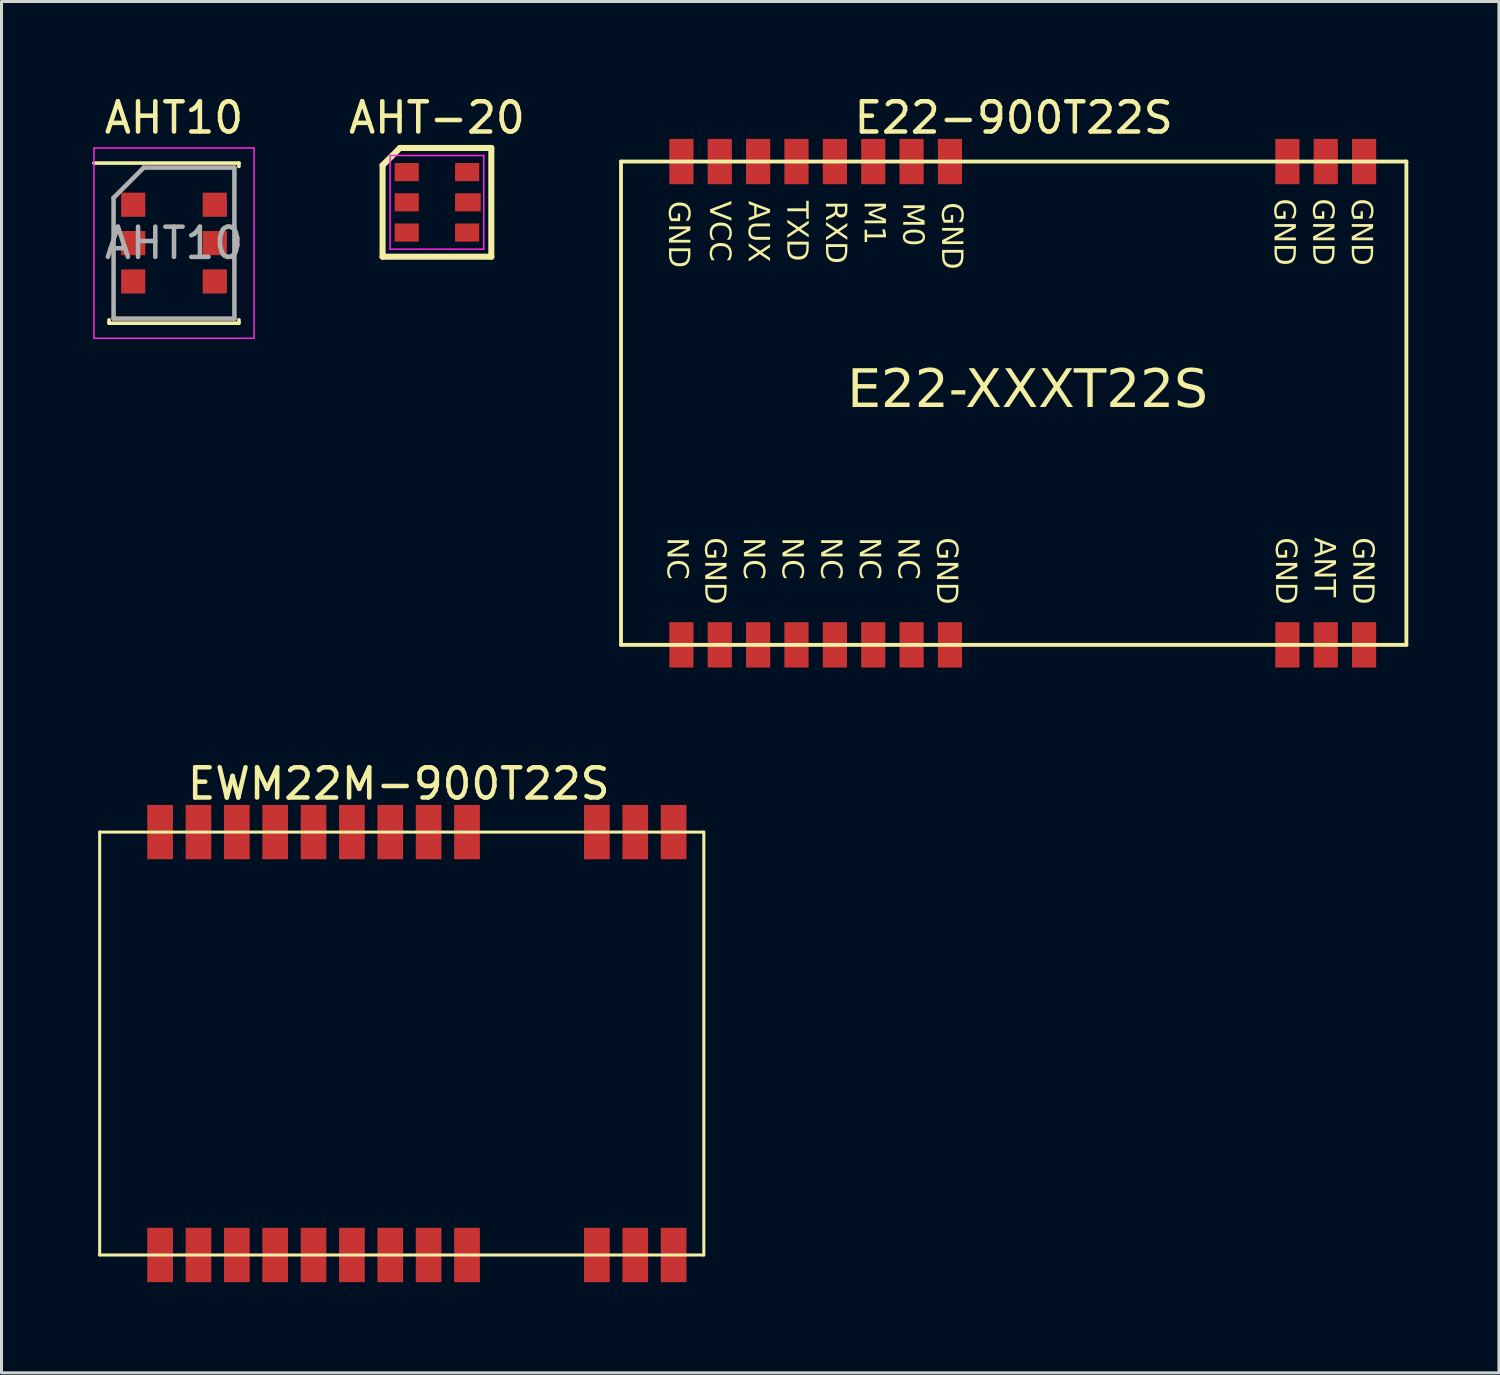
<source format=kicad_pcb>
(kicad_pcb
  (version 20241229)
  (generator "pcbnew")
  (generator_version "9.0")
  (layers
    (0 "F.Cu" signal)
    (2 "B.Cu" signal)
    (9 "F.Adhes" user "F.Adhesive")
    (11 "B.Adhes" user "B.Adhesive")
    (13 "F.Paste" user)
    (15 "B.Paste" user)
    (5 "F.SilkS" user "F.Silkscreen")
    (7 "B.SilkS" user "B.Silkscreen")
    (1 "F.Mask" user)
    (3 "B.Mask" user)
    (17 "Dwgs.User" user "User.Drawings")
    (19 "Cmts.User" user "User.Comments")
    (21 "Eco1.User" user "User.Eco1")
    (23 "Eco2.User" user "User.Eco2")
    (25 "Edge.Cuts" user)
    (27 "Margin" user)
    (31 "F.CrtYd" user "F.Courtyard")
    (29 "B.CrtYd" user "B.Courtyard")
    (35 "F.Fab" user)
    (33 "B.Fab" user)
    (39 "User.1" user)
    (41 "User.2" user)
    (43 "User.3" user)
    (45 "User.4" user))
  (footprint "AHT-20"
    (layer "F.Cu")
    (at 11.415 3.648)
    (property "Reference" "AHT-20" (at 0 -2.8 0) (layer "F.SilkS") (effects (font (size 1 1) (thickness 0.15))))
    (attr smd)
    (fp_line (start -1.8 -1.225) (end -1.225 -1.8) (stroke (width 0.2) (type solid)) (layer "F.SilkS"))
    (fp_line (start -1.8 1.8) (end -1.8 -1.225) (stroke (width 0.2) (type solid)) (layer "F.SilkS"))
    (fp_line (start -1.225 -1.8) (end 1.8 -1.8) (stroke (width 0.2) (type solid)) (layer "F.SilkS"))
    (fp_line (start 1.8 -1.8) (end 1.8 1.8) (stroke (width 0.2) (type solid)) (layer "F.SilkS"))
    (fp_line (start 1.8 1.8) (end -1.8 1.8) (stroke (width 0.2) (type solid)) (layer "F.SilkS"))
    (fp_line (start -1.55 -1.55) (end 1.55 -1.55) (stroke (width 0.05) (type default)) (layer "F.CrtYd"))
    (fp_line (start -1.55 1.55) (end -1.55 -1.55) (stroke (width 0.05) (type default)) (layer "F.CrtYd"))
    (fp_line (start 1.55 -1.55) (end 1.55 1.55) (stroke (width 0.05) (type default)) (layer "F.CrtYd"))
    (fp_line (start 1.55 1.55) (end -1.55 1.55) (stroke (width 0.05) (type default)) (layer "F.CrtYd"))
    (pad "1" smd rect (at -1 -1 270) (size 0.6 0.8) (layers "F.Cu" "F.Mask" "F.Paste"))
    (pad "2" smd rect (at -1 0 270) (size 0.6 0.8) (layers "F.Cu" "F.Mask" "F.Paste"))
    (pad "3" smd rect (at -1 1 270) (size 0.6 0.8) (layers "F.Cu" "F.Mask" "F.Paste"))
    (pad "4" smd rect (at 1 1 270) (size 0.6 0.8) (layers "F.Cu" "F.Mask" "F.Paste"))
    (pad "5" smd rect (at 1.025 0 270) (size 0.6 0.85) (layers "F.Cu" "F.Mask" "F.Paste"))
    (pad "6" smd rect (at 1 -1 270) (size 0.6 0.8) (layers "F.Cu" "F.Mask" "F.Paste")))
  (footprint "AHT10"
    (layer "F.Cu")
    (at 2.71 4.998)
    (property "Reference" "AHT10" (at 0 -4.15 0) (layer "F.SilkS") (effects (font (size 1 1) (thickness 0.15))))
    (attr smd)
    (fp_line (start -2.65 -2.65) (end 2.15 -2.65) (stroke (width 0.12) (type default)) (layer "F.SilkS"))
    (fp_line (start -2.15 2.54) (end -2.15 2.65) (stroke (width 0.12) (type default)) (layer "F.SilkS"))
    (fp_line (start -2.15 2.65) (end 2.15 2.65) (stroke (width 0.12) (type default)) (layer "F.SilkS"))
    (fp_line (start 2.15 -2.65) (end 2.15 -2.54) (stroke (width 0.12) (type default)) (layer "F.SilkS"))
    (fp_line (start 2.15 2.65) (end 2.15 2.54) (stroke (width 0.12) (type default)) (layer "F.SilkS"))
    (fp_line (start -2.65 -3.15) (end 2.65 -3.15) (stroke (width 0.05) (type default)) (layer "F.CrtYd"))
    (fp_line (start -2.65 3.15) (end -2.65 -3.15) (stroke (width 0.05) (type default)) (layer "F.CrtYd"))
    (fp_line (start 2.65 -3.15) (end 2.65 3.15) (stroke (width 0.05) (type default)) (layer "F.CrtYd"))
    (fp_line (start 2.65 3.15) (end -2.65 3.15) (stroke (width 0.05) (type default)) (layer "F.CrtYd"))
    (fp_line (start -2 -1.5) (end -2 2.5) (stroke (width 0.15) (type default)) (layer "F.Fab"))
    (fp_line (start -2 2.5) (end 2 2.5) (stroke (width 0.15) (type default)) (layer "F.Fab"))
    (fp_line (start -1 -2.5) (end -2 -1.5) (stroke (width 0.15) (type default)) (layer "F.Fab"))
    (fp_line (start 2 -2.5) (end -1 -2.5) (stroke (width 0.15) (type default)) (layer "F.Fab"))
    (fp_line (start 2 2.5) (end 2 -2.5) (stroke (width 0.15) (type default)) (layer "F.Fab"))
    (fp_text user "${REFERENCE}" (at 0 0 0) (layer "F.Fab") (effects (font (size 1 1) (thickness 0.15))))
    (pad "1" smd rect (at -1.35 -1.27 90) (size 0.8 0.8) (layers "F.Cu" "F.Mask" "F.Paste"))
    (pad "2" smd rect (at -1.35 0 90) (size 0.8 0.8) (layers "F.Cu" "F.Mask" "F.Paste"))
    (pad "3" smd rect (at -1.35 1.27 90) (size 0.8 0.8) (layers "F.Cu" "F.Mask" "F.Paste"))
    (pad "4" smd rect (at 1.35 1.27 90) (size 0.8 0.8) (layers "F.Cu" "F.Mask" "F.Paste"))
    (pad "5" smd rect (at 1.35 0 90) (size 0.8 0.8) (layers "F.Cu" "F.Mask" "F.Paste"))
    (pad "6" smd rect (at 1.35 -1.27 90) (size 0.8 0.8) (layers "F.Cu" "F.Mask" "F.Paste")))
  (footprint "E22-900T22S"
    (layer "F.Cu")
    (at 42.108 2.298)
    (property "Reference" "E22-900T22S" (at -11.6 -1.45 0) (layer "F.SilkS") (effects (font (size 1 1) (thickness 0.15))))
    (fp_line (start -24.6 0) (end 1.4 0) (stroke (width 0.127) (type solid)) (layer "F.SilkS"))
    (fp_line (start -24.6 16) (end -24.6 0) (stroke (width 0.127) (type solid)) (layer "F.SilkS"))
    (fp_line (start -24.6 16) (end 1.4 16) (stroke (width 0.127) (type solid)) (layer "F.SilkS"))
    (fp_line (start 1.4 16) (end 1.4 0) (stroke (width 0.127) (type solid)) (layer "F.SilkS"))
    (fp_text user "NC" (at -15.534 12.441 270) (unlocked yes) (layer "F.SilkS") (effects (font (face "Arial") (size 0.693 0.693) (thickness 0.15)) (justify left bottom)))
    (fp_text user "GND" (at -3.033 12.441 270) (unlocked yes) (layer "F.SilkS") (effects (font (face "Arial") (size 0.693 0.693) (thickness 0.15)) (justify left bottom)))
    (fp_text user "NC" (at -19.371 12.441 270) (unlocked yes) (layer "F.SilkS") (effects (font (face "Arial") (size 0.693 0.693) (thickness 0.15)) (justify left bottom)))
    (fp_text user "M1" (at -16.653 1.301 270) (unlocked yes) (layer "F.SilkS") (effects (font (face "Arial") (size 0.693 0.693) (thickness 0.15)) (justify left bottom)))
    (fp_text user "GND" (at -3.083 1.224 270) (unlocked yes) (layer "F.SilkS") (effects (font (face "Arial") (size 0.693 0.693) (thickness 0.15)) (justify left bottom)))
    (fp_text user "NC" (at -23.178 12.441 270) (unlocked yes) (layer "F.SilkS") (effects (font (face "Arial") (size 0.693 0.693) (thickness 0.15)) (justify left bottom)))
    (fp_text user "RXD" (at -17.932 1.301 270) (unlocked yes) (layer "F.SilkS") (effects (font (face "Arial") (size 0.693 0.693) (thickness 0.15)) (justify left bottom)))
    (fp_text user "NC" (at -18.092 12.441 270) (unlocked yes) (layer "F.SilkS") (effects (font (face "Arial") (size 0.693 0.693) (thickness 0.15)) (justify left bottom)))
    (fp_text user "GND" (at -23.128 1.301 270) (unlocked yes) (layer "F.SilkS") (effects (font (face "Arial") (size 0.693 0.693) (thickness 0.15)) (justify left bottom)))
    (fp_text user "GND" (at -1.804 1.224 270) (unlocked yes) (layer "F.SilkS") (effects (font (face "Arial") (size 0.693 0.693) (thickness 0.15)) (justify left bottom)))
    (fp_text user "E22-XXXT22S" (at -17.107 8.34 0) (unlocked yes) (layer "F.SilkS") (effects (font (face "Arial") (size 1.26 1.26) (thickness 0.15)) (justify left bottom)))
    (fp_text user "GND" (at -21.929 12.441 270) (unlocked yes) (layer "F.SilkS") (effects (font (face "Arial") (size 0.693 0.693) (thickness 0.15)) (justify left bottom)))
    (fp_text user "GND" (at -14.256 12.441 270) (unlocked yes) (layer "F.SilkS") (effects (font (face "Arial") (size 0.693 0.693) (thickness 0.15)) (justify left bottom)))
    (fp_text user "NC" (at -16.813 12.441 270) (unlocked yes) (layer "F.SilkS") (effects (font (face "Arial") (size 0.693 0.693) (thickness 0.15)) (justify left bottom)))
    (fp_text user "M0" (at -15.374 1.351 270) (unlocked yes) (layer "F.SilkS") (effects (font (face "Arial") (size 0.693 0.693) (thickness 0.15)) (justify left bottom)))
    (fp_text user "VCC" (at -21.769 1.301 270) (unlocked yes) (layer "F.SilkS") (effects (font (face "Arial") (size 0.693 0.693) (thickness 0.15)) (justify left bottom)))
    (fp_text user "ANT" (at -1.754 12.441 270) (unlocked yes) (layer "F.SilkS") (effects (font (face "Arial") (size 0.693 0.693) (thickness 0.15)) (justify left bottom)))
    (fp_text user "GND" (at -0.476 12.441 270) (unlocked yes) (layer "F.SilkS") (effects (font (face "Arial") (size 0.693 0.693) (thickness 0.15)) (justify left bottom)))
    (fp_text user "TXD" (at -19.211 1.301 270) (unlocked yes) (layer "F.SilkS") (effects (font (face "Arial") (size 0.693 0.693) (thickness 0.15)) (justify left bottom)))
    (fp_text user "GND" (at -14.088 1.351 270) (unlocked yes) (layer "F.SilkS") (effects (font (face "Arial") (size 0.693 0.693) (thickness 0.15)) (justify left bottom)))
    (fp_text user "AUX" (at -20.49 1.301 270) (unlocked yes) (layer "F.SilkS") (effects (font (face "Arial") (size 0.693 0.693) (thickness 0.15)) (justify left bottom)))
    (fp_text user "GND" (at -0.526 1.224 270) (unlocked yes) (layer "F.SilkS") (effects (font (face "Arial") (size 0.693 0.693) (thickness 0.15)) (justify left bottom)))
    (fp_text user "NC" (at -20.65 12.441 270) (unlocked yes) (layer "F.SilkS") (effects (font (face "Arial") (size 0.693 0.693) (thickness 0.15)) (justify left bottom)))
    (pad "1" smd rect (at -22.6 16 270) (size 1.5 0.8) (layers "F.Cu" "F.Mask" "F.Paste"))
    (pad "2" smd rect (at -21.33 16 270) (size 1.5 0.8) (layers "F.Cu" "F.Mask" "F.Paste"))
    (pad "3" smd rect (at -20.06 16 270) (size 1.5 0.8) (layers "F.Cu" "F.Mask" "F.Paste"))
    (pad "4" smd rect (at -18.79 16 270) (size 1.5 0.8) (layers "F.Cu" "F.Mask" "F.Paste"))
    (pad "5" smd rect (at -17.52 16 270) (size 1.5 0.8) (layers "F.Cu" "F.Mask" "F.Paste"))
    (pad "6" smd rect (at -16.25 16 270) (size 1.5 0.8) (layers "F.Cu" "F.Mask" "F.Paste"))
    (pad "7" smd rect (at -14.98 16 270) (size 1.5 0.8) (layers "F.Cu" "F.Mask" "F.Paste"))
    (pad "8" smd rect (at -13.71 16 270) (size 1.5 0.8) (layers "F.Cu" "F.Mask" "F.Paste"))
    (pad "11" smd rect (at -2.54 16 270) (size 1.5 0.8) (layers "F.Cu" "F.Mask" "F.Paste"))
    (pad "12" smd rect (at -1.27 16 270) (size 1.5 0.8) (layers "F.Cu" "F.Mask" "F.Paste"))
    (pad "13" smd rect (at 0 16 270) (size 1.5 0.8) (layers "F.Cu" "F.Mask" "F.Paste"))
    (pad "14" smd rect (at 0 0 270) (size 1.5 0.8) (layers "F.Cu" "F.Mask" "F.Paste"))
    (pad "15" smd rect (at -1.27 0 270) (size 1.5 0.8) (layers "F.Cu" "F.Mask" "F.Paste"))
    (pad "16" smd rect (at -2.54 0 270) (size 1.5 0.8) (layers "F.Cu" "F.Mask" "F.Paste"))
    (pad "19" smd rect (at -13.71 0 90) (size 1.5 0.8) (layers "F.Cu" "F.Mask" "F.Paste"))
    (pad "20" smd rect (at -14.98 0 90) (size 1.5 0.8) (layers "F.Cu" "F.Mask" "F.Paste"))
    (pad "21" smd rect (at -16.25 0 90) (size 1.5 0.8) (layers "F.Cu" "F.Mask" "F.Paste"))
    (pad "22" smd rect (at -17.52 0 90) (size 1.5 0.8) (layers "F.Cu" "F.Mask" "F.Paste"))
    (pad "23" smd rect (at -18.79 0 90) (size 1.5 0.8) (layers "F.Cu" "F.Mask" "F.Paste"))
    (pad "24" smd rect (at -20.06 0 90) (size 1.5 0.8) (layers "F.Cu" "F.Mask" "F.Paste"))
    (pad "25" smd rect (at -21.33 0 90) (size 1.5 0.8) (layers "F.Cu" "F.Mask" "F.Paste"))
    (pad "26" smd rect (at -22.6 0 90) (size 1.5 0.8) (layers "F.Cu" "F.Mask" "F.Paste")))
  (footprint "EWM22M-900T22S"
    (layer "F.Cu")
    (at 0.25 38.496)
    (property "Reference" "EWM22M-900T22S" (at 9.9 -15.6 0) (layer "F.SilkS") (effects (font (size 1 1) (thickness 0.15))))
    (fp_line (start 0 -14) (end 20 -14) (stroke (width 0.1) (type solid)) (layer "F.SilkS"))
    (fp_line (start 0 0) (end 0 -14) (stroke (width 0.1) (type solid)) (layer "F.SilkS"))
    (fp_line (start 0 0) (end 20 0) (stroke (width 0.1) (type solid)) (layer "F.SilkS"))
    (fp_line (start 20 0) (end 20 -14) (stroke (width 0.1) (type solid)) (layer "F.SilkS"))
    (pad "1" smd rect (at 19 -14) (size 0.85 1.8) (layers "F.Cu" "F.Mask" "F.Paste"))
    (pad "2" smd rect (at 17.73 -14) (size 0.85 1.8) (layers "F.Cu" "F.Mask" "F.Paste"))
    (pad "3" smd rect (at 16.46 -14) (size 0.85 1.8) (layers "F.Cu" "F.Mask" "F.Paste"))
    (pad "4" smd rect (at 12.16 -14) (size 0.85 1.8) (layers "F.Cu" "F.Mask" "F.Paste"))
    (pad "5" smd rect (at 10.89 -14) (size 0.85 1.8) (layers "F.Cu" "F.Mask" "F.Paste"))
    (pad "6" smd rect (at 9.62 -14) (size 0.85 1.8) (layers "F.Cu" "F.Mask" "F.Paste"))
    (pad "7" smd rect (at 8.35 -14) (size 0.85 1.8) (layers "F.Cu" "F.Mask" "F.Paste"))
    (pad "8" smd rect (at 7.08 -14) (size 0.85 1.8) (layers "F.Cu" "F.Mask" "F.Paste"))
    (pad "9" smd rect (at 5.81 -14) (size 0.85 1.8) (layers "F.Cu" "F.Mask" "F.Paste"))
    (pad "10" smd rect (at 4.54 -14) (size 0.85 1.8) (layers "F.Cu" "F.Mask" "F.Paste"))
    (pad "11" smd rect (at 3.27 -14) (size 0.85 1.8) (layers "F.Cu" "F.Mask" "F.Paste"))
    (pad "12" smd rect (at 2 -14) (size 0.85 1.8) (layers "F.Cu" "F.Mask" "F.Paste"))
    (pad "13" smd rect (at 2 0) (size 0.85 1.8) (layers "F.Cu" "F.Mask" "F.Paste"))
    (pad "14" smd rect (at 3.27 0) (size 0.85 1.8) (layers "F.Cu" "F.Mask" "F.Paste"))
    (pad "15" smd rect (at 4.54 0) (size 0.85 1.8) (layers "F.Cu" "F.Mask" "F.Paste"))
    (pad "16" smd rect (at 5.81 0) (size 0.85 1.8) (layers "F.Cu" "F.Mask" "F.Paste"))
    (pad "17" smd rect (at 7.08 0) (size 0.85 1.8) (layers "F.Cu" "F.Mask" "F.Paste"))
    (pad "18" smd rect (at 8.35 0) (size 0.85 1.8) (layers "F.Cu" "F.Mask" "F.Paste"))
    (pad "19" smd rect (at 9.62 0) (size 0.85 1.8) (layers "F.Cu" "F.Mask" "F.Paste"))
    (pad "20" smd rect (at 10.89 0) (size 0.85 1.8) (layers "F.Cu" "F.Mask" "F.Paste"))
    (pad "21" smd rect (at 12.16 0) (size 0.85 1.8) (layers "F.Cu" "F.Mask" "F.Paste"))
    (pad "22" smd rect (at 16.46 0) (size 0.85 1.8) (layers "F.Cu" "F.Mask" "F.Paste"))
    (pad "23" smd rect (at 17.73 0) (size 0.85 1.8) (layers "F.Cu" "F.Mask" "F.Paste"))
    (pad "24" smd rect (at 19 0) (size 0.85 1.8) (layers "F.Cu" "F.Mask" "F.Paste")))
  (gr_rect
    (start -3 -3)
    (end 46.572 42.397)
    (stroke (width 0.1) (type default))
    (fill no)
    (layer "Edge.Cuts")))
</source>
